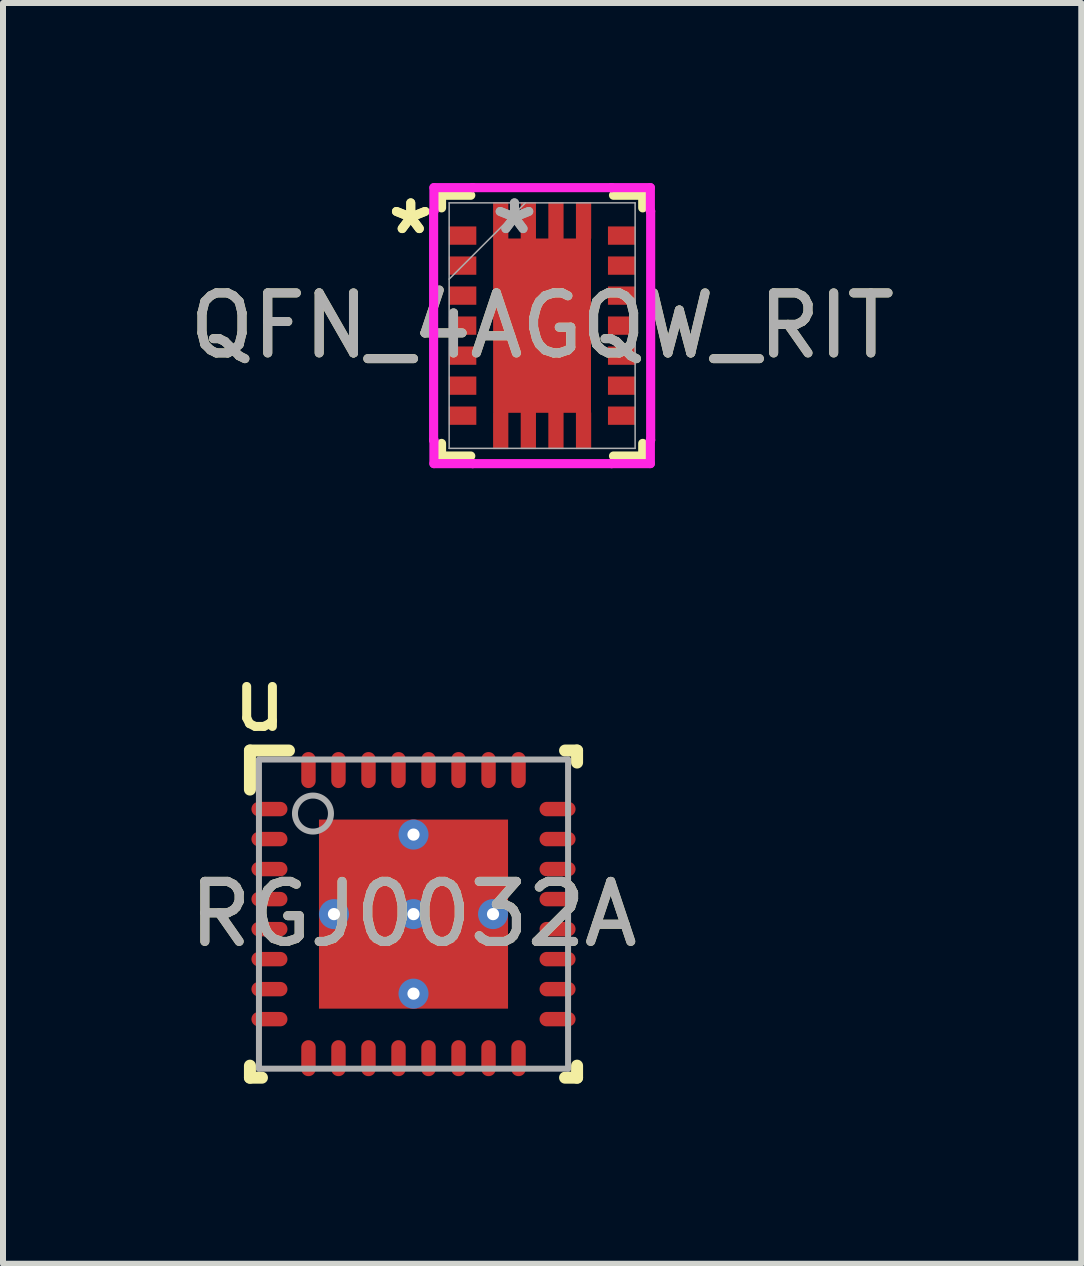
<source format=kicad_pcb>
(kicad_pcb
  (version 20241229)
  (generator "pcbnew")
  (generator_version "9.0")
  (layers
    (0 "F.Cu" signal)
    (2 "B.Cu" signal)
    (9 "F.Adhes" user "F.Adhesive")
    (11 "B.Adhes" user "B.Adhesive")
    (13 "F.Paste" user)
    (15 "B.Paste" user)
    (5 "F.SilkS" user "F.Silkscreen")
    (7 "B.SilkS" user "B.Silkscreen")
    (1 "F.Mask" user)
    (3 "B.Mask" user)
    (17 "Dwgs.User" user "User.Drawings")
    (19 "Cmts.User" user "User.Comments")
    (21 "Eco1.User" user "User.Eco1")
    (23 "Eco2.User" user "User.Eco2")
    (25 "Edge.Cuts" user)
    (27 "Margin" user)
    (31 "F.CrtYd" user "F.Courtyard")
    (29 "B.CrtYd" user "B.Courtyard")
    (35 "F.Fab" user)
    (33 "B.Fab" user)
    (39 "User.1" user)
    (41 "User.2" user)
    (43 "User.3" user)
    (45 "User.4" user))
  (footprint "QFN_4AGQW_RIT"
    (layer "F.Cu")
    (at 5.982 2.375)
    (property "Reference" "QFN_4AGQW_RIT" (at 0 0 0) (unlocked yes) (layer "F.SilkS") (effects (font (size 1 1) (thickness 0.15))))
    (attr smd)
    (fp_poly (pts (xy 0.563 -2.057) (xy 0.817 -2.057) (xy 0.817 -1.448) (xy 0.813 -1.448) (xy 0.813 1.448) (xy 0.817 1.448) (xy 0.817 2.057) (xy 0.563 2.057) (xy 0.563 1.448) (xy 0.357 1.448) (xy 0.357 2.057) (xy 0.103 2.057) (xy 0.103 1.448) (xy -0.103 1.448) (xy -0.103 2.057) (xy -0.357 2.057) (xy -0.357 1.448) (xy -0.563 1.448) (xy -0.563 2.057) (xy -0.817 2.057) (xy -0.817 1.448) (xy -0.813 1.448) (xy -0.813 -1.448) (xy -0.817 -1.448) (xy -0.817 -2.057) (xy -0.563 -2.057) (xy -0.563 -1.448) (xy -0.357 -1.448) (xy -0.357 -2.057) (xy -0.103 -2.057) (xy -0.103 -1.448) (xy 0.103 -1.448) (xy 0.103 -2.057) (xy 0.357 -2.057) (xy 0.357 -1.448) (xy 0.563 -1.448)) (stroke (width 0) (type solid)) (fill yes) (layer "F.Cu"))
    (fp_poly (pts (xy 0.563 -2.057) (xy 0.817 -2.057) (xy 0.817 -1.448) (xy 0.813 -1.448) (xy 0.813 1.448) (xy 0.817 1.448) (xy 0.817 2.057) (xy 0.563 2.057) (xy 0.563 1.448) (xy 0.357 1.448) (xy 0.357 2.057) (xy 0.103 2.057) (xy 0.103 1.448) (xy -0.103 1.448) (xy -0.103 2.057) (xy -0.357 2.057) (xy -0.357 1.448) (xy -0.563 1.448) (xy -0.563 2.057) (xy -0.817 2.057) (xy -0.817 1.448) (xy -0.813 1.448) (xy -0.813 -1.448) (xy -0.817 -1.448) (xy -0.817 -2.057) (xy -0.563 -2.057) (xy -0.563 -1.448) (xy -0.357 -1.448) (xy -0.357 -2.057) (xy -0.103 -2.057) (xy -0.103 -1.448) (xy 0.103 -1.448) (xy 0.103 -2.057) (xy 0.357 -2.057) (xy 0.357 -1.448) (xy 0.563 -1.448)) (stroke (width 0) (type solid)) (fill yes) (layer "F.Mask"))
    (fp_line (start -1.676 -2.172) (end -1.676 -1.962) (stroke (width 0.152) (type solid)) (layer "F.SilkS"))
    (fp_line (start -1.676 1.962) (end -1.676 2.172) (stroke (width 0.152) (type solid)) (layer "F.SilkS"))
    (fp_line (start -1.676 2.172) (end -1.189 2.172) (stroke (width 0.152) (type solid)) (layer "F.SilkS"))
    (fp_line (start -1.189 -2.172) (end -1.676 -2.172) (stroke (width 0.152) (type solid)) (layer "F.SilkS"))
    (fp_line (start 1.189 2.172) (end 1.676 2.172) (stroke (width 0.152) (type solid)) (layer "F.SilkS"))
    (fp_line (start 1.676 -2.172) (end 1.189 -2.172) (stroke (width 0.152) (type solid)) (layer "F.SilkS"))
    (fp_line (start 1.676 -1.962) (end 1.676 -2.172) (stroke (width 0.152) (type solid)) (layer "F.SilkS"))
    (fp_line (start 1.676 2.172) (end 1.676 1.962) (stroke (width 0.152) (type solid)) (layer "F.SilkS"))
    (fp_poly (pts (xy -0.713 -1.348) (xy -0.713 -0.1) (xy 0.713 -0.1) (xy 0.713 -1.348)) (stroke (width 0) (type solid)) (fill yes) (layer "F.Paste"))
    (fp_poly (pts (xy -0.713 0.1) (xy -0.713 1.348) (xy 0.713 1.348) (xy 0.713 0.1)) (stroke (width 0) (type solid)) (fill yes) (layer "F.Paste"))
    (fp_poly (pts (xy 0.563 -2.057) (xy 0.817 -2.057) (xy 0.817 -1.448) (xy 0.813 -1.448) (xy 0.813 1.448) (xy 0.817 1.448) (xy 0.817 2.057) (xy 0.563 2.057) (xy 0.563 1.448) (xy 0.357 1.448) (xy 0.357 2.057) (xy 0.103 2.057) (xy 0.103 1.448) (xy -0.103 1.448) (xy -0.103 2.057) (xy -0.357 2.057) (xy -0.357 1.448) (xy -0.563 1.448) (xy -0.563 2.057) (xy -0.817 2.057) (xy -0.817 1.448) (xy -0.813 1.448) (xy -0.813 -1.448) (xy -0.817 -1.448) (xy -0.817 -2.057) (xy -0.563 -2.057) (xy -0.563 -1.448) (xy -0.357 -1.448) (xy -0.357 -2.057) (xy -0.103 -2.057) (xy -0.103 -1.448) (xy 0.103 -1.448) (xy 0.103 -2.057) (xy 0.357 -2.057) (xy 0.357 -1.448) (xy 0.563 -1.448)) (stroke (width 0) (type solid)) (fill yes) (layer "F.Paste"))
    (fp_line (start -1.808 -1.907) (end -1.803 -1.907) (stroke (width 0.152) (type solid)) (layer "F.CrtYd"))
    (fp_line (start -1.808 1.907) (end -1.808 -1.907) (stroke (width 0.152) (type solid)) (layer "F.CrtYd"))
    (fp_line (start -1.803 -2.299) (end -1.157 -2.299) (stroke (width 0.152) (type solid)) (layer "F.CrtYd"))
    (fp_line (start -1.803 -1.907) (end -1.803 -2.299) (stroke (width 0.152) (type solid)) (layer "F.CrtYd"))
    (fp_line (start -1.803 1.907) (end -1.808 1.907) (stroke (width 0.152) (type solid)) (layer "F.CrtYd"))
    (fp_line (start -1.803 2.299) (end -1.803 1.907) (stroke (width 0.152) (type solid)) (layer "F.CrtYd"))
    (fp_line (start -1.157 -2.299) (end -1.157 -2.299) (stroke (width 0.152) (type solid)) (layer "F.CrtYd"))
    (fp_line (start -1.157 -2.299) (end 1.157 -2.299) (stroke (width 0.152) (type solid)) (layer "F.CrtYd"))
    (fp_line (start -1.157 2.299) (end -1.803 2.299) (stroke (width 0.152) (type solid)) (layer "F.CrtYd"))
    (fp_line (start -1.157 2.299) (end -1.157 2.299) (stroke (width 0.152) (type solid)) (layer "F.CrtYd"))
    (fp_line (start 1.157 -2.299) (end 1.157 -2.299) (stroke (width 0.152) (type solid)) (layer "F.CrtYd"))
    (fp_line (start 1.157 -2.299) (end 1.803 -2.299) (stroke (width 0.152) (type solid)) (layer "F.CrtYd"))
    (fp_line (start 1.157 2.299) (end -1.157 2.299) (stroke (width 0.152) (type solid)) (layer "F.CrtYd"))
    (fp_line (start 1.157 2.299) (end 1.157 2.299) (stroke (width 0.152) (type solid)) (layer "F.CrtYd"))
    (fp_line (start 1.803 -2.299) (end 1.803 -1.907) (stroke (width 0.152) (type solid)) (layer "F.CrtYd"))
    (fp_line (start 1.803 -1.907) (end 1.808 -1.907) (stroke (width 0.152) (type solid)) (layer "F.CrtYd"))
    (fp_line (start 1.803 1.907) (end 1.803 2.299) (stroke (width 0.152) (type solid)) (layer "F.CrtYd"))
    (fp_line (start 1.803 2.299) (end 1.157 2.299) (stroke (width 0.152) (type solid)) (layer "F.CrtYd"))
    (fp_line (start 1.808 -1.907) (end 1.808 1.907) (stroke (width 0.152) (type solid)) (layer "F.CrtYd"))
    (fp_line (start 1.808 1.907) (end 1.803 1.907) (stroke (width 0.152) (type solid)) (layer "F.CrtYd"))
    (fp_line (start -1.549 -2.045) (end -1.549 2.045) (stroke (width 0.025) (type solid)) (layer "F.Fab"))
    (fp_line (start -1.549 -0.775) (end -0.279 -2.045) (stroke (width 0.025) (type solid)) (layer "F.Fab"))
    (fp_line (start -1.549 2.045) (end 1.549 2.045) (stroke (width 0.025) (type solid)) (layer "F.Fab"))
    (fp_line (start 1.549 -2.045) (end -1.549 -2.045) (stroke (width 0.025) (type solid)) (layer "F.Fab"))
    (fp_line (start 1.549 2.045) (end 1.549 -2.045) (stroke (width 0.025) (type solid)) (layer "F.Fab"))
    (fp_text user "*" (at -2.189 -1.5 0) (layer "F.SilkS") (effects (font (size 1 1) (thickness 0.15))))
    (fp_text user "*" (at -2.189 -1.5 0) (unlocked yes) (layer "F.SilkS") (effects (font (size 1 1) (thickness 0.15))))
    (fp_text user "*" (at -0.461 -1.5 0) (unlocked yes) (layer "F.Fab") (effects (font (size 1 1) (thickness 0.15))))
    (fp_text user "${REFERENCE}" (at 0 0 0) (unlocked yes) (layer "F.Fab") (effects (font (size 1 1) (thickness 0.15))))
    (fp_text user "*" (at -0.461 -1.5 0) (layer "F.Fab") (effects (font (size 1 1) (thickness 0.15))))
    (pad "1" smd rect (at -1.325 -1.5) (size 0.457 0.305) (layers "F.Cu" "F.Mask" "F.Paste"))
    (pad "2" smd rect (at -1.325 -1) (size 0.457 0.305) (layers "F.Cu" "F.Mask" "F.Paste"))
    (pad "3" smd rect (at -1.325 -0.5) (size 0.457 0.305) (layers "F.Cu" "F.Mask" "F.Paste"))
    (pad "4" smd rect (at -1.325 0) (size 0.457 0.305) (layers "F.Cu" "F.Mask" "F.Paste"))
    (pad "5" smd rect (at -1.325 0.5) (size 0.457 0.305) (layers "F.Cu" "F.Mask" "F.Paste"))
    (pad "6" smd rect (at -1.325 1) (size 0.457 0.305) (layers "F.Cu" "F.Mask" "F.Paste"))
    (pad "7" smd rect (at -1.325 1.5) (size 0.457 0.305) (layers "F.Cu" "F.Mask" "F.Paste"))
    (pad "8" smd rect (at 1.325 1.5) (size 0.457 0.305) (layers "F.Cu" "F.Mask" "F.Paste"))
    (pad "9" smd rect (at 1.325 1) (size 0.457 0.305) (layers "F.Cu" "F.Mask" "F.Paste"))
    (pad "10" smd rect (at 1.325 0.5) (size 0.457 0.305) (layers "F.Cu" "F.Mask" "F.Paste"))
    (pad "11" smd rect (at 1.325 0) (size 0.457 0.305) (layers "F.Cu" "F.Mask" "F.Paste"))
    (pad "12" smd rect (at 1.325 -0.5) (size 0.457 0.305) (layers "F.Cu" "F.Mask" "F.Paste"))
    (pad "13" smd rect (at 1.325 -1) (size 0.457 0.305) (layers "F.Cu" "F.Mask" "F.Paste"))
    (pad "14" smd rect (at 1.325 -1.5) (size 0.457 0.305) (layers "F.Cu" "F.Mask" "F.Paste"))
    (pad "15" smd rect (at 0 0) (size 1.626 2.896) (layers "F.Cu" "F.Mask")))
  (footprint "RGJ0032A"
    (layer "F.Cu")
    (at 3.839 12.179)
    (property "Reference" "RGJ0032A" (at 0 0 0) (unlocked yes) (layer "F.SilkS") (effects (font (size 1 1) (thickness 0.15))))
    (attr smd)
    (fp_line (start -2.725 -2.725) (end -2.075 -2.725) (stroke (width 0.2) (type solid)) (layer "F.SilkS"))
    (fp_line (start -2.725 -2.075) (end -2.725 -2.725) (stroke (width 0.2) (type solid)) (layer "F.SilkS"))
    (fp_line (start -2.725 2.725) (end -2.725 2.525) (stroke (width 0.2) (type solid)) (layer "F.SilkS"))
    (fp_line (start -2.725 2.725) (end -2.525 2.725) (stroke (width 0.2) (type solid)) (layer "F.SilkS"))
    (fp_line (start 2.525 -2.725) (end 2.725 -2.725) (stroke (width 0.2) (type solid)) (layer "F.SilkS"))
    (fp_line (start 2.525 2.725) (end 2.725 2.725) (stroke (width 0.2) (type solid)) (layer "F.SilkS"))
    (fp_line (start 2.725 -2.525) (end 2.725 -2.725) (stroke (width 0.2) (type solid)) (layer "F.SilkS"))
    (fp_line (start 2.725 2.725) (end 2.725 2.525) (stroke (width 0.2) (type solid)) (layer "F.SilkS"))
    (fp_poly (pts (xy -0.1 -1.468) (xy -1.468 -1.468) (xy -1.468 -0.1) (xy -0.1 -0.1)) (stroke (width 0) (type solid)) (fill yes) (layer "F.Paste"))
    (fp_poly (pts (xy -0.1 0.1) (xy -1.468 0.1) (xy -1.468 1.468) (xy -0.1 1.468)) (stroke (width 0) (type solid)) (fill yes) (layer "F.Paste"))
    (fp_poly (pts (xy 0.1 -0.1) (xy 1.468 -0.1) (xy 1.468 -1.468) (xy 0.1 -1.468)) (stroke (width 0) (type solid)) (fill yes) (layer "F.Paste"))
    (fp_poly (pts (xy 0.1 1.468) (xy 1.468 1.468) (xy 1.468 0.1) (xy 0.1 0.1)) (stroke (width 0) (type solid)) (fill yes) (layer "F.Paste"))
    (fp_line (start -2.575 -2.575) (end 2.575 -2.575) (stroke (width 0.1) (type solid)) (layer "F.Fab"))
    (fp_line (start -2.575 2.575) (end -2.575 -2.575) (stroke (width 0.1) (type solid)) (layer "F.Fab"))
    (fp_line (start -2.575 2.575) (end 2.575 2.575) (stroke (width 0.1) (type solid)) (layer "F.Fab"))
    (fp_line (start 2.575 2.575) (end 2.575 -2.575) (stroke (width 0.1) (type solid)) (layer "F.Fab"))
    (fp_circle (center -1.675 -1.675) (end -1.375 -1.675) (stroke (width 0.1) (type solid)) (fill no) (layer "F.Fab"))
    (fp_text user "u" (at -2.565 -3.581 0) (unlocked yes) (layer "F.SilkS") (effects (font (size 1 1) (thickness 0.15))))
    (fp_text user "${REFERENCE}" (at 0 0 0) (unlocked yes) (layer "F.Fab") (effects (font (size 1 1) (thickness 0.15))))
    (pad "1" smd oval (at -2.4 -1.75 90) (size 0.24 0.6) (layers "F.Cu" "F.Mask" "F.Paste"))
    (pad "2" smd oval (at -2.4 -1.25 90) (size 0.24 0.6) (layers "F.Cu" "F.Mask" "F.Paste"))
    (pad "3" smd oval (at -2.4 -0.75 90) (size 0.24 0.6) (layers "F.Cu" "F.Mask" "F.Paste"))
    (pad "4" smd oval (at -2.4 -0.25 90) (size 0.24 0.6) (layers "F.Cu" "F.Mask" "F.Paste"))
    (pad "5" smd oval (at -2.4 0.25 90) (size 0.24 0.6) (layers "F.Cu" "F.Mask" "F.Paste"))
    (pad "6" smd oval (at -2.4 0.75 90) (size 0.24 0.6) (layers "F.Cu" "F.Mask" "F.Paste"))
    (pad "7" smd oval (at -2.4 1.25 90) (size 0.24 0.6) (layers "F.Cu" "F.Mask" "F.Paste"))
    (pad "8" smd oval (at -2.4 1.75 90) (size 0.24 0.6) (layers "F.Cu" "F.Mask" "F.Paste"))
    (pad "9" smd oval (at -1.75 2.4) (size 0.24 0.6) (layers "F.Cu" "F.Mask" "F.Paste"))
    (pad "10" smd oval (at -1.25 2.4) (size 0.24 0.6) (layers "F.Cu" "F.Mask" "F.Paste"))
    (pad "11" smd oval (at -0.75 2.4) (size 0.24 0.6) (layers "F.Cu" "F.Mask" "F.Paste"))
    (pad "12" smd oval (at -0.25 2.4) (size 0.24 0.6) (layers "F.Cu" "F.Mask" "F.Paste"))
    (pad "13" smd oval (at 0.25 2.4) (size 0.24 0.6) (layers "F.Cu" "F.Mask" "F.Paste"))
    (pad "14" smd oval (at 0.75 2.4) (size 0.24 0.6) (layers "F.Cu" "F.Mask" "F.Paste"))
    (pad "15" smd oval (at 1.25 2.4) (size 0.24 0.6) (layers "F.Cu" "F.Mask" "F.Paste"))
    (pad "16" smd oval (at 1.75 2.4) (size 0.24 0.6) (layers "F.Cu" "F.Mask" "F.Paste"))
    (pad "17" smd oval (at 2.4 1.75 90) (size 0.24 0.6) (layers "F.Cu" "F.Mask" "F.Paste"))
    (pad "18" smd oval (at 2.4 1.25 90) (size 0.24 0.6) (layers "F.Cu" "F.Mask" "F.Paste"))
    (pad "19" smd oval (at 2.4 0.75 90) (size 0.24 0.6) (layers "F.Cu" "F.Mask" "F.Paste"))
    (pad "20" smd oval (at 2.4 0.25 90) (size 0.24 0.6) (layers "F.Cu" "F.Mask" "F.Paste"))
    (pad "21" smd oval (at 2.4 -0.25 90) (size 0.24 0.6) (layers "F.Cu" "F.Mask" "F.Paste"))
    (pad "22" smd oval (at 2.4 -0.75 90) (size 0.24 0.6) (layers "F.Cu" "F.Mask" "F.Paste"))
    (pad "23" smd oval (at 2.4 -1.25 90) (size 0.24 0.6) (layers "F.Cu" "F.Mask" "F.Paste"))
    (pad "24" smd oval (at 2.4 -1.75 90) (size 0.24 0.6) (layers "F.Cu" "F.Mask" "F.Paste"))
    (pad "25" smd oval (at 1.75 -2.4) (size 0.24 0.6) (layers "F.Cu" "F.Mask" "F.Paste"))
    (pad "26" smd oval (at 1.25 -2.4) (size 0.24 0.6) (layers "F.Cu" "F.Mask" "F.Paste"))
    (pad "27" smd oval (at 0.75 -2.4) (size 0.24 0.6) (layers "F.Cu" "F.Mask" "F.Paste"))
    (pad "28" smd oval (at 0.25 -2.4) (size 0.24 0.6) (layers "F.Cu" "F.Mask" "F.Paste"))
    (pad "29" smd oval (at -0.25 -2.4) (size 0.24 0.6) (layers "F.Cu" "F.Mask" "F.Paste"))
    (pad "30" smd oval (at -0.75 -2.4) (size 0.24 0.6) (layers "F.Cu" "F.Mask" "F.Paste"))
    (pad "31" smd oval (at -1.25 -2.4) (size 0.24 0.6) (layers "F.Cu" "F.Mask" "F.Paste"))
    (pad "32" smd oval (at -1.75 -2.4) (size 0.24 0.6) (layers "F.Cu" "F.Mask" "F.Paste"))
    (pad "33" smd rect (at 0 -0.000003) (size 3.15 3.15) (layers "F.Cu" "F.Mask"))
    (pad "V" thru_hole circle (at -1.325 -0.000003) (size 0.5 0.5) (drill 0.203) (layers "*.Cu" "*.Mask"))
    (pad "V" thru_hole circle (at 0 -1.325) (size 0.5 0.5) (drill 0.203) (layers "*.Cu" "*.Mask"))
    (pad "V" thru_hole circle (at 0 -0.000003) (size 0.5 0.5) (drill 0.203) (layers "*.Cu" "*.Mask"))
    (pad "V" thru_hole circle (at 0 1.325) (size 0.5 0.5) (drill 0.203) (layers "*.Cu" "*.Mask"))
    (pad "V" thru_hole circle (at 1.325 -0.000003) (size 0.5 0.5) (drill 0.203) (layers "*.Cu" "*.Mask")))
  (gr_rect
    (start -3 -3)
    (end 14.964 18.004)
    (stroke (width 0.1) (type default))
    (fill no)
    (layer "Edge.Cuts")))
</source>
